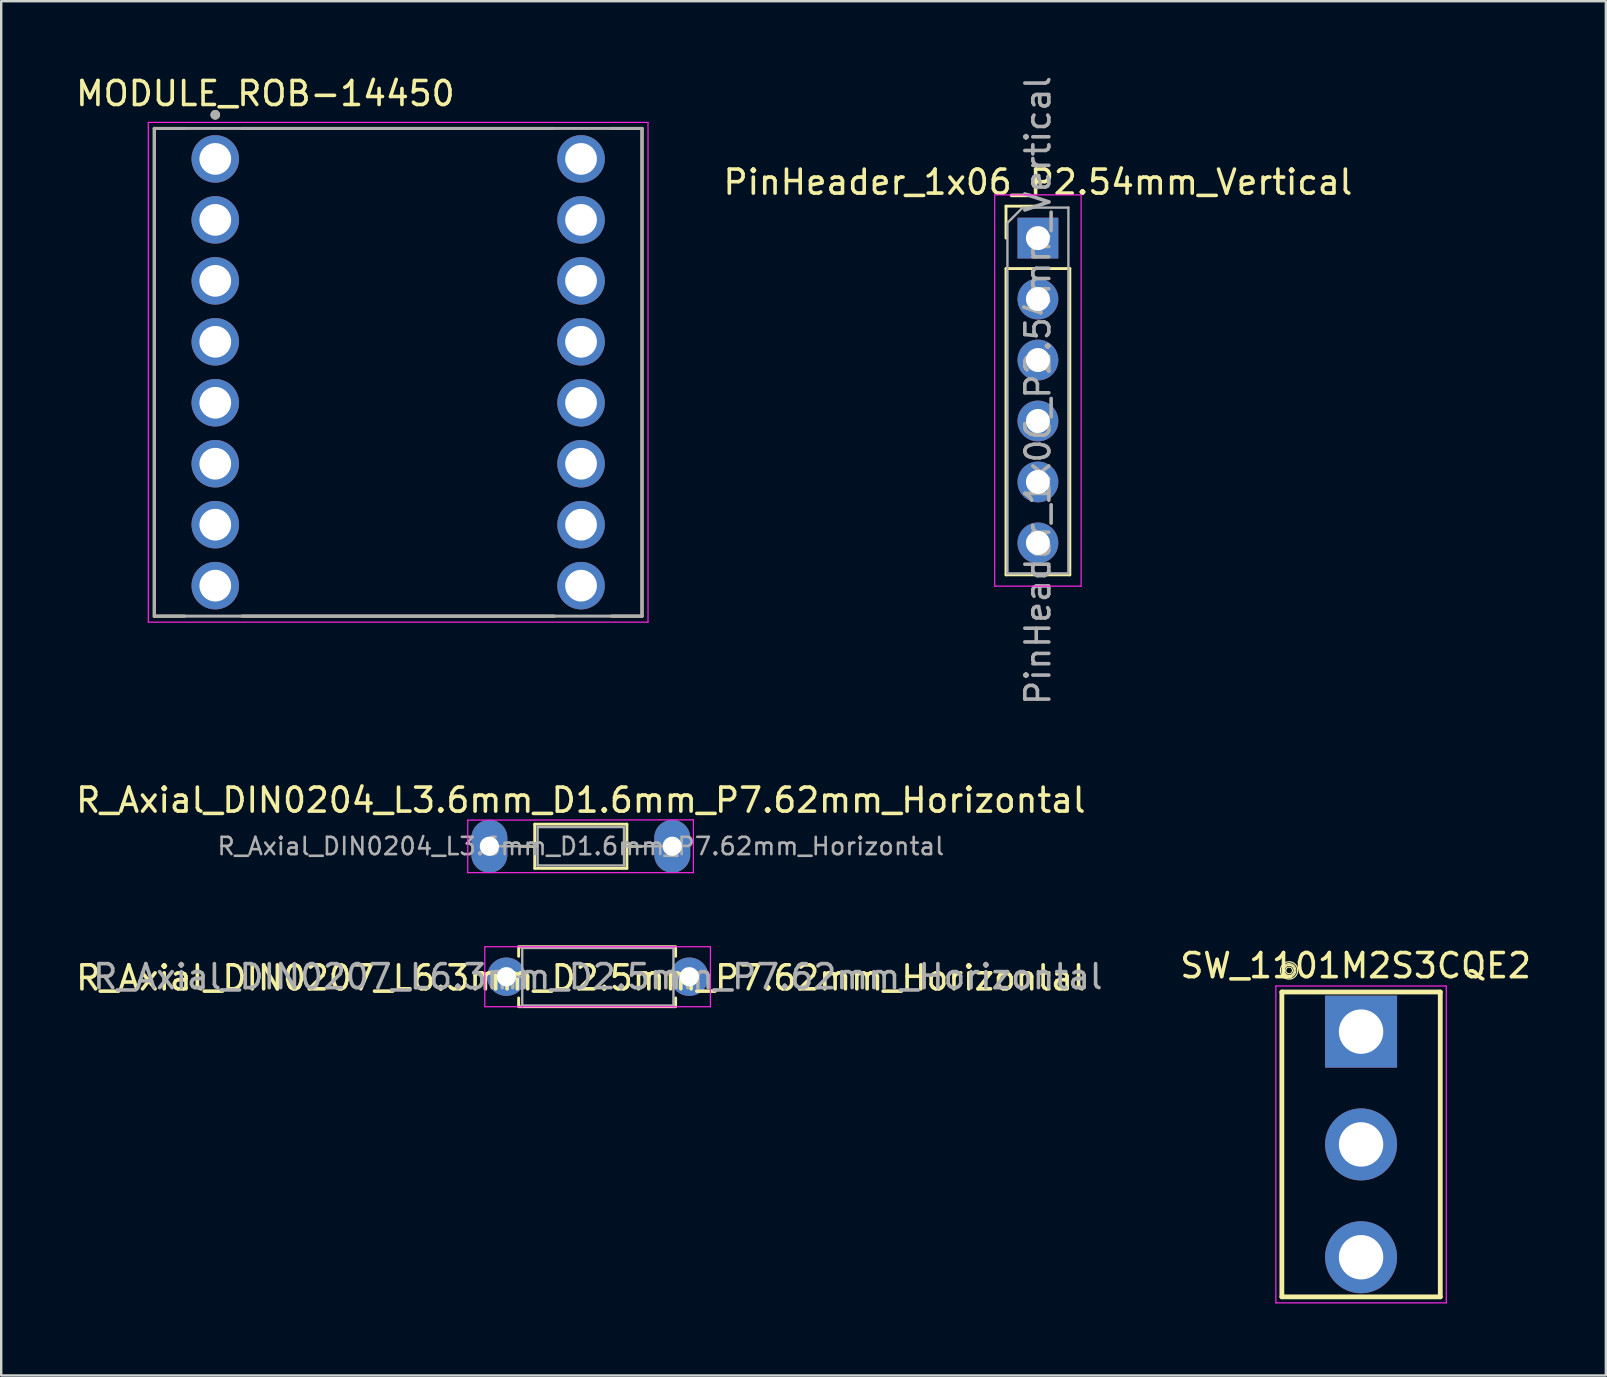
<source format=kicad_pcb>
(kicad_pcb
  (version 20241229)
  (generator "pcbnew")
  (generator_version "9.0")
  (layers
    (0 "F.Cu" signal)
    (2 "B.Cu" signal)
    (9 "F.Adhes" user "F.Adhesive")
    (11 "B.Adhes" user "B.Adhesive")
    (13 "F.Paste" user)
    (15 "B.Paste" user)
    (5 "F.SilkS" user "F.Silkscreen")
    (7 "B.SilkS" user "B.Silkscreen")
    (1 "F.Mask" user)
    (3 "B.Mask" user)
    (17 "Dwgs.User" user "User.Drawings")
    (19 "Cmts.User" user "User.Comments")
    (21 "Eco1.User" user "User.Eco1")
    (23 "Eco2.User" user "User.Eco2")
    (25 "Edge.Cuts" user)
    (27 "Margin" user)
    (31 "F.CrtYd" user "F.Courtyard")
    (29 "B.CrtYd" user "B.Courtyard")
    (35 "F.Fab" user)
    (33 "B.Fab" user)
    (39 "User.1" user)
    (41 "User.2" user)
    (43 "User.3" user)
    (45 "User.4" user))
  (footprint "R_Axial_DIN0204_L3.6mm_D1.6mm_P7.62mm_Horizontal"
    (layer "F.Cu")
    (at 17.339 32.209)
    (property "Reference" "R_Axial_DIN0204_L3.6mm_D1.6mm_P7.62mm_Horizontal" (at 3.81 -1.92 0) (layer "F.SilkS") (effects (font (size 1 1) (thickness 0.15))))
    (attr through_hole)
    (fp_line (start 1.27 0) (end 1.89 0) (stroke (width 0.12) (type solid)) (layer "F.SilkS"))
    (fp_line (start 1.89 -0.92) (end 1.89 0.92) (stroke (width 0.12) (type solid)) (layer "F.SilkS"))
    (fp_line (start 1.89 0.92) (end 5.73 0.92) (stroke (width 0.12) (type solid)) (layer "F.SilkS"))
    (fp_line (start 5.73 -0.92) (end 1.89 -0.92) (stroke (width 0.12) (type solid)) (layer "F.SilkS"))
    (fp_line (start 5.73 0.92) (end 5.73 -0.92) (stroke (width 0.12) (type solid)) (layer "F.SilkS"))
    (fp_line (start 6.35 0) (end 5.73 0) (stroke (width 0.12) (type solid)) (layer "F.SilkS"))
    (fp_line (start -0.9 -1.09) (end -0.9 1.1) (stroke (width 0.05) (type solid)) (layer "F.CrtYd"))
    (fp_line (start -0.9 1.1) (end 8.5 1.1) (stroke (width 0.05) (type solid)) (layer "F.CrtYd"))
    (fp_line (start 8.5 -1.1) (end -0.9 -1.09) (stroke (width 0.05) (type solid)) (layer "F.CrtYd"))
    (fp_line (start 8.5 1.1) (end 8.5 -1.1) (stroke (width 0.05) (type solid)) (layer "F.CrtYd"))
    (fp_line (start 0 0) (end 2.01 0) (stroke (width 0.1) (type solid)) (layer "F.Fab"))
    (fp_line (start 2.01 -0.8) (end 2.01 0.8) (stroke (width 0.1) (type solid)) (layer "F.Fab"))
    (fp_line (start 2.01 0.8) (end 5.61 0.8) (stroke (width 0.1) (type solid)) (layer "F.Fab"))
    (fp_line (start 5.61 -0.8) (end 2.01 -0.8) (stroke (width 0.1) (type solid)) (layer "F.Fab"))
    (fp_line (start 5.61 0.8) (end 5.61 -0.8) (stroke (width 0.1) (type solid)) (layer "F.Fab"))
    (fp_line (start 7.62 0) (end 5.61 0) (stroke (width 0.1) (type solid)) (layer "F.Fab"))
    (fp_text user "${REFERENCE}" (at 3.81 0 0) (layer "F.Fab") (effects (font (size 0.72 0.72) (thickness 0.108))))
    (pad "1" thru_hole oval (at 0 0 90) (size 2.2 1.5) (drill 0.8) (layers "*.Cu" "*.Mask"))
    (pad "2" thru_hole oval (at 7.62 0 90) (size 2.2 1.5) (drill 0.8) (layers "*.Cu" "*.Mask")))
  (footprint "R_Axial_DIN0207_L6.3mm_D2.5mm_P7.62mm_Horizontal"
    (layer "F.Cu")
    (at 18.049 37.644)
    (property "Reference" "R_Axial_DIN0207_L6.3mm_D2.5mm_P7.62mm_Horizontal" (at 3.1 0.05 0) (layer "F.SilkS") (effects (font (size 1 1) (thickness 0.15))))
    (attr through_hole)
    (fp_line (start 0.51 -1.25) (end 7.05 -1.25) (stroke (width 0.12) (type solid)) (layer "F.SilkS"))
    (fp_line (start 0.51 -0.85) (end 0.51 -1.18) (stroke (width 0.12) (type solid)) (layer "F.SilkS"))
    (fp_line (start 0.51 0.885) (end 0.51 1.215) (stroke (width 0.12) (type solid)) (layer "F.SilkS"))
    (fp_line (start 0.51 1.25) (end 7.05 1.25) (stroke (width 0.12) (type solid)) (layer "F.SilkS"))
    (fp_line (start 7.05 -1.18) (end 7.05 -0.85) (stroke (width 0.12) (type solid)) (layer "F.SilkS"))
    (fp_line (start 7.05 1.215) (end 7.05 0.885) (stroke (width 0.12) (type solid)) (layer "F.SilkS"))
    (fp_line (start -0.9 -1.25) (end -0.9 1.25) (stroke (width 0.05) (type solid)) (layer "F.CrtYd"))
    (fp_line (start -0.9 1.25) (end 8.5 1.25) (stroke (width 0.05) (type solid)) (layer "F.CrtYd"))
    (fp_line (start 8.5 -1.25) (end -0.9 -1.25) (stroke (width 0.05) (type solid)) (layer "F.CrtYd"))
    (fp_line (start 8.5 1.25) (end 8.5 -1.25) (stroke (width 0.05) (type solid)) (layer "F.CrtYd"))
    (fp_line (start 0 0) (end 0.66 0) (stroke (width 0.1) (type solid)) (layer "F.Fab"))
    (fp_line (start 0.63 1.2) (end 6.93 1.2) (stroke (width 0.1) (type solid)) (layer "F.Fab"))
    (fp_line (start 0.66 -1.25) (end 0.66 1.25) (stroke (width 0.1) (type solid)) (layer "F.Fab"))
    (fp_line (start 6.93 -1.2) (end 0.63 -1.2) (stroke (width 0.1) (type solid)) (layer "F.Fab"))
    (fp_line (start 6.96 1.25) (end 6.96 -1.25) (stroke (width 0.1) (type solid)) (layer "F.Fab"))
    (fp_line (start 7.62 0) (end 6.96 0) (stroke (width 0.1) (type solid)) (layer "F.Fab"))
    (fp_text user "${REFERENCE}" (at 3.81 0 0) (layer "F.Fab") (effects (font (size 1 1) (thickness 0.15))))
    (pad "1" thru_hole circle (at 0 0) (size 1.6 1.6) (drill 0.8) (layers "*.Cu" "*.Mask"))
    (pad "2" thru_hole oval (at 7.62 0) (size 1.6 1.6) (drill 0.8) (layers "*.Cu" "*.Mask")))
  (footprint "PinHeader_1x06_P2.54mm_Vertical"
    (layer "F.Cu")
    (at 40.194 6.87)
    (property "Reference" "PinHeader_1x06_P2.54mm_Vertical" (at 0 -2.33 0) (layer "F.SilkS") (effects (font (size 1 1) (thickness 0.15))))
    (attr through_hole)
    (fp_line (start -1.33 -1.33) (end 0 -1.33) (stroke (width 0.12) (type solid)) (layer "F.SilkS"))
    (fp_line (start -1.33 0) (end -1.33 -1.33) (stroke (width 0.12) (type solid)) (layer "F.SilkS"))
    (fp_line (start -1.33 1.27) (end -1.33 14.03) (stroke (width 0.12) (type solid)) (layer "F.SilkS"))
    (fp_line (start -1.33 1.27) (end 1.33 1.27) (stroke (width 0.12) (type solid)) (layer "F.SilkS"))
    (fp_line (start -1.33 14.03) (end 1.33 14.03) (stroke (width 0.12) (type solid)) (layer "F.SilkS"))
    (fp_line (start 1.33 1.27) (end 1.33 14.03) (stroke (width 0.12) (type solid)) (layer "F.SilkS"))
    (fp_line (start -1.8 -1.8) (end -1.8 14.5) (stroke (width 0.05) (type solid)) (layer "F.CrtYd"))
    (fp_line (start -1.8 14.5) (end 1.8 14.5) (stroke (width 0.05) (type solid)) (layer "F.CrtYd"))
    (fp_line (start 1.8 -1.8) (end -1.8 -1.8) (stroke (width 0.05) (type solid)) (layer "F.CrtYd"))
    (fp_line (start 1.8 14.5) (end 1.8 -1.8) (stroke (width 0.05) (type solid)) (layer "F.CrtYd"))
    (fp_line (start -1.27 -0.635) (end -0.635 -1.27) (stroke (width 0.1) (type solid)) (layer "F.Fab"))
    (fp_line (start -1.27 13.97) (end -1.27 -0.635) (stroke (width 0.1) (type solid)) (layer "F.Fab"))
    (fp_line (start -0.635 -1.27) (end 1.27 -1.27) (stroke (width 0.1) (type solid)) (layer "F.Fab"))
    (fp_line (start 1.27 -1.27) (end 1.27 13.97) (stroke (width 0.1) (type solid)) (layer "F.Fab"))
    (fp_line (start 1.27 13.97) (end -1.27 13.97) (stroke (width 0.1) (type solid)) (layer "F.Fab"))
    (fp_text user "${REFERENCE}" (at 0 6.35 90) (layer "F.Fab") (effects (font (size 1 1) (thickness 0.15))))
    (pad "1" thru_hole rect (at 0 0) (size 1.7 1.7) (drill 1) (layers "*.Cu" "*.Mask"))
    (pad "2" thru_hole oval (at 0 2.54) (size 1.7 1.7) (drill 1) (layers "*.Cu" "*.Mask"))
    (pad "3" thru_hole oval (at 0 5.08) (size 1.7 1.7) (drill 1) (layers "*.Cu" "*.Mask"))
    (pad "4" thru_hole oval (at 0 7.62) (size 1.7 1.7) (drill 1) (layers "*.Cu" "*.Mask"))
    (pad "5" thru_hole oval (at 0 10.16) (size 1.7 1.7) (drill 1) (layers "*.Cu" "*.Mask"))
    (pad "6" thru_hole oval (at 0 12.7) (size 1.7 1.7) (drill 1) (layers "*.Cu" "*.Mask")))
  (footprint "SW_1101M2S3CQE2"
    (layer "F.Cu")
    (at 53.658 44.632)
    (property "Reference" "SW_1101M2S3CQE2" (at -0.225 -7.449 0) (layer "F.SilkS") (effects (font (size 1.002 1.002) (thickness 0.15))))
    (attr through_hole)
    (fp_line (start -3.3 -6.35) (end 3.3 -6.35) (stroke (width 0.2) (type solid)) (layer "F.SilkS"))
    (fp_line (start -3.3 6.35) (end -3.3 -6.35) (stroke (width 0.2) (type solid)) (layer "F.SilkS"))
    (fp_line (start 3.3 -6.35) (end 3.3 6.35) (stroke (width 0.2) (type solid)) (layer "F.SilkS"))
    (fp_line (start 3.3 6.35) (end -3.3 6.35) (stroke (width 0.2) (type solid)) (layer "F.SilkS"))
    (fp_circle (center -3 -7.25) (end -2.859 -7.25) (stroke (width 0.05) (type solid)) (fill no) (layer "F.SilkS"))
    (fp_circle (center -3 -7.25) (end -2.776 -7.25) (stroke (width 0.05) (type solid)) (fill no) (layer "F.SilkS"))
    (fp_circle (center -3 -7.25) (end -2.776 -7.25) (stroke (width 0.05) (type solid)) (fill no) (layer "F.SilkS"))
    (fp_circle (center -3 -7.25) (end -2.776 -7.25) (stroke (width 0.05) (type solid)) (fill no) (layer "F.SilkS"))
    (fp_circle (center -3 -7.25) (end -2.717 -7.25) (stroke (width 0.05) (type solid)) (fill no) (layer "F.SilkS"))
    (fp_circle (center -3 -7.25) (end -2.639 -7.25) (stroke (width 0.05) (type solid)) (fill no) (layer "F.SilkS"))
    (fp_line (start -3.55 -6.6) (end 3.55 -6.6) (stroke (width 0.05) (type solid)) (layer "F.CrtYd"))
    (fp_line (start -3.55 6.6) (end -3.55 -6.6) (stroke (width 0.05) (type solid)) (layer "F.CrtYd"))
    (fp_line (start 3.55 -6.6) (end 3.55 6.6) (stroke (width 0.05) (type solid)) (layer "F.CrtYd"))
    (fp_line (start 3.55 6.6) (end -3.55 6.6) (stroke (width 0.05) (type solid)) (layer "F.CrtYd"))
    (pad "1" thru_hole rect (at 0 -4.7) (size 3 3) (drill 1.85) (layers "*.Cu" "*.Mask"))
    (pad "2" thru_hole circle (at 0 0) (size 3 3) (drill 1.85) (layers "*.Cu" "*.Mask"))
    (pad "3" thru_hole circle (at 0 4.7) (size 3 3) (drill 1.85) (layers "*.Cu" "*.Mask")))
  (footprint "MODULE_ROB-14450"
    (layer "F.Cu")
    (at 13.539 12.461)
    (property "Reference" "MODULE_ROB-14450" (at -5.533 -11.613 0) (layer "F.SilkS") (effects (font (size 1 1) (thickness 0.15))))
    (attr through_hole)
    (fp_line (start -10.16 -10.16) (end -10.16 10.16) (stroke (width 0.127) (type solid)) (layer "F.SilkS"))
    (fp_line (start -8.89 -10.16) (end -10.16 -10.16) (stroke (width 0.127) (type solid)) (layer "F.SilkS"))
    (fp_line (start -8.89 10.16) (end -10.16 10.16) (stroke (width 0.127) (type solid)) (layer "F.SilkS"))
    (fp_line (start -6.5 -10.16) (end 6.5 -10.16) (stroke (width 0.127) (type solid)) (layer "F.SilkS"))
    (fp_line (start -6.5 10.16) (end 6.5 10.16) (stroke (width 0.127) (type solid)) (layer "F.SilkS"))
    (fp_line (start 8.89 -10.16) (end 10.16 -10.16) (stroke (width 0.127) (type solid)) (layer "F.SilkS"))
    (fp_line (start 8.89 10.16) (end 10.16 10.16) (stroke (width 0.127) (type solid)) (layer "F.SilkS"))
    (fp_line (start 10.16 10.16) (end 10.16 -10.16) (stroke (width 0.127) (type solid)) (layer "F.SilkS"))
    (fp_circle (center -7.62 -10.728) (end -7.52 -10.728) (stroke (width 0.2) (type solid)) (fill no) (layer "F.SilkS"))
    (fp_line (start -10.41 -10.41) (end -10.41 10.41) (stroke (width 0.05) (type solid)) (layer "F.CrtYd"))
    (fp_line (start -10.41 10.41) (end 10.41 10.41) (stroke (width 0.05) (type solid)) (layer "F.CrtYd"))
    (fp_line (start 10.41 -10.41) (end -10.41 -10.41) (stroke (width 0.05) (type solid)) (layer "F.CrtYd"))
    (fp_line (start 10.41 10.41) (end 10.41 -10.41) (stroke (width 0.05) (type solid)) (layer "F.CrtYd"))
    (fp_line (start -10.16 -10.16) (end -10.16 10.16) (stroke (width 0.127) (type solid)) (layer "F.Fab"))
    (fp_line (start -10.16 10.16) (end 10.16 10.16) (stroke (width 0.127) (type solid)) (layer "F.Fab"))
    (fp_line (start 10.16 -10.16) (end -10.16 -10.16) (stroke (width 0.127) (type solid)) (layer "F.Fab"))
    (fp_line (start 10.16 10.16) (end 10.16 -10.16) (stroke (width 0.127) (type solid)) (layer "F.Fab"))
    (fp_circle (center -7.62 -10.728) (end -7.52 -10.728) (stroke (width 0.2) (type solid)) (fill no) (layer "F.Fab"))
    (pad "1" thru_hole circle (at -7.62 -8.89) (size 1.98 1.98) (drill 1.32) (layers "*.Cu" "*.Mask"))
    (pad "2" thru_hole circle (at -7.62 -6.35) (size 1.98 1.98) (drill 1.32) (layers "*.Cu" "*.Mask"))
    (pad "3" thru_hole circle (at -7.62 -3.81) (size 1.98 1.98) (drill 1.32) (layers "*.Cu" "*.Mask"))
    (pad "4" thru_hole circle (at -7.62 -1.27) (size 1.98 1.98) (drill 1.32) (layers "*.Cu" "*.Mask"))
    (pad "5" thru_hole circle (at -7.62 1.27) (size 1.98 1.98) (drill 1.32) (layers "*.Cu" "*.Mask"))
    (pad "6" thru_hole circle (at -7.62 3.81) (size 1.98 1.98) (drill 1.32) (layers "*.Cu" "*.Mask"))
    (pad "7" thru_hole circle (at -7.62 6.35) (size 1.98 1.98) (drill 1.32) (layers "*.Cu" "*.Mask"))
    (pad "8" thru_hole circle (at -7.62 8.89) (size 1.98 1.98) (drill 1.32) (layers "*.Cu" "*.Mask"))
    (pad "9" thru_hole circle (at 7.62 8.89) (size 1.98 1.98) (drill 1.32) (layers "*.Cu" "*.Mask"))
    (pad "10" thru_hole circle (at 7.62 6.35) (size 1.98 1.98) (drill 1.32) (layers "*.Cu" "*.Mask"))
    (pad "11" thru_hole circle (at 7.62 3.81) (size 1.98 1.98) (drill 1.32) (layers "*.Cu" "*.Mask"))
    (pad "12" thru_hole circle (at 7.62 1.27) (size 1.98 1.98) (drill 1.32) (layers "*.Cu" "*.Mask"))
    (pad "13" thru_hole circle (at 7.62 -1.27) (size 1.98 1.98) (drill 1.32) (layers "*.Cu" "*.Mask"))
    (pad "14" thru_hole circle (at 7.62 -3.81) (size 1.98 1.98) (drill 1.32) (layers "*.Cu" "*.Mask"))
    (pad "15" thru_hole circle (at 7.62 -6.35) (size 1.98 1.98) (drill 1.32) (layers "*.Cu" "*.Mask"))
    (pad "16" thru_hole circle (at 7.62 -8.89) (size 1.98 1.98) (drill 1.32) (layers "*.Cu" "*.Mask")))
  (gr_rect
    (start -3 -3)
    (end 63.857 54.257)
    (stroke (width 0.1) (type default))
    (fill no)
    (layer "Edge.Cuts")))
</source>
